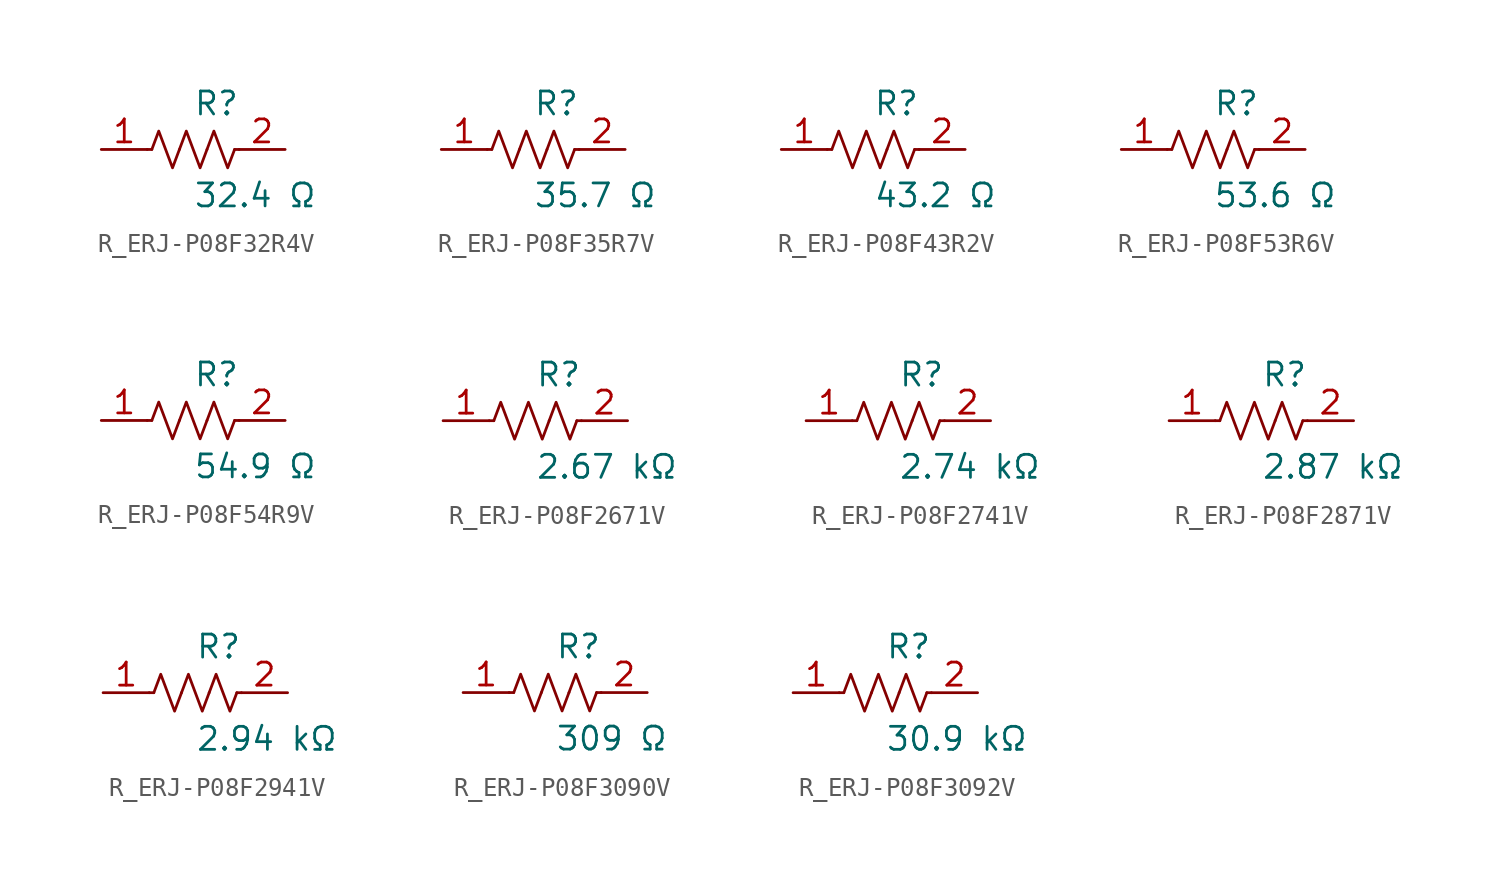
<source format=kicad_sym>
(kicad_symbol_lib
  (version 20231120)
  (generator kicad_symbol_editor)
  (generator_version 8.0)
  (symbol "R_ERJ-P08F32R4V"
    (pin_names
      (offset 0.254))
    (property "Reference" "R"
      (at 0.0 2.54 0)
      (effects (font (size 1.27 1.27)) (justify left)))
    (property "Value" "32.4 Ω"
      (at 0.0 -2.54 0)
      (effects (font (size 1.27 1.27)) (justify left)))
    (symbol "R_ERJ-P08F32R4V_0_1"
      (polyline (pts (xy 2.286 0) (xy 2.54 0)) (stroke (width 0) (type default)) (fill (type none)))
      (polyline (pts (xy -2.286 0) (xy -2.54 0)) (stroke (width 0) (type default)) (fill (type none)))
      (polyline (pts (xy 0.762 0) (xy 1.143 1.016) (xy 1.524 0) (xy 1.905 -1.016) (xy 2.286 0)) (stroke (width 0) (type default)) (fill (type none)))
      (polyline (pts (xy -0.762 0) (xy -0.381 1.016) (xy 0 0) (xy 0.381 -1.016) (xy 0.762 0)) (stroke (width 0) (type default)) (fill (type none)))
      (polyline (pts (xy -2.286 0) (xy -1.905 1.016) (xy -1.524 0) (xy -1.143 -1.016) (xy -0.762 0)) (stroke (width 0) (type default)) (fill (type none))))
    (pin unspecified line
      (at -5.08 0 0)
      (length 2.54)
      (name "" (effects (font (size 1.27 1.27))))
      (number "1" (effects (font (size 1.27 1.27)))))
    (pin unspecified line
      (at 5.08 0 180)
      (length 2.54)
      (name "" (effects (font (size 1.27 1.27))))
      (number "2" (effects (font (size 1.27 1.27))))))
  (symbol "R_ERJ-P08F35R7V"
    (pin_names
      (offset 0.254))
    (property "Reference" "R"
      (at 0.0 2.54 0)
      (effects (font (size 1.27 1.27)) (justify left)))
    (property "Value" "35.7 Ω"
      (at 0.0 -2.54 0)
      (effects (font (size 1.27 1.27)) (justify left)))
    (symbol "R_ERJ-P08F35R7V_0_1"
      (polyline (pts (xy 2.286 0) (xy 2.54 0)) (stroke (width 0) (type default)) (fill (type none)))
      (polyline (pts (xy -2.286 0) (xy -2.54 0)) (stroke (width 0) (type default)) (fill (type none)))
      (polyline (pts (xy 0.762 0) (xy 1.143 1.016) (xy 1.524 0) (xy 1.905 -1.016) (xy 2.286 0)) (stroke (width 0) (type default)) (fill (type none)))
      (polyline (pts (xy -0.762 0) (xy -0.381 1.016) (xy 0 0) (xy 0.381 -1.016) (xy 0.762 0)) (stroke (width 0) (type default)) (fill (type none)))
      (polyline (pts (xy -2.286 0) (xy -1.905 1.016) (xy -1.524 0) (xy -1.143 -1.016) (xy -0.762 0)) (stroke (width 0) (type default)) (fill (type none))))
    (pin unspecified line
      (at -5.08 0 0)
      (length 2.54)
      (name "" (effects (font (size 1.27 1.27))))
      (number "1" (effects (font (size 1.27 1.27)))))
    (pin unspecified line
      (at 5.08 0 180)
      (length 2.54)
      (name "" (effects (font (size 1.27 1.27))))
      (number "2" (effects (font (size 1.27 1.27))))))
  (symbol "R_ERJ-P08F43R2V"
    (pin_names
      (offset 0.254))
    (property "Reference" "R"
      (at 0.0 2.54 0)
      (effects (font (size 1.27 1.27)) (justify left)))
    (property "Value" "43.2 Ω"
      (at 0.0 -2.54 0)
      (effects (font (size 1.27 1.27)) (justify left)))
    (symbol "R_ERJ-P08F43R2V_0_1"
      (polyline (pts (xy 2.286 0) (xy 2.54 0)) (stroke (width 0) (type default)) (fill (type none)))
      (polyline (pts (xy -2.286 0) (xy -2.54 0)) (stroke (width 0) (type default)) (fill (type none)))
      (polyline (pts (xy 0.762 0) (xy 1.143 1.016) (xy 1.524 0) (xy 1.905 -1.016) (xy 2.286 0)) (stroke (width 0) (type default)) (fill (type none)))
      (polyline (pts (xy -0.762 0) (xy -0.381 1.016) (xy 0 0) (xy 0.381 -1.016) (xy 0.762 0)) (stroke (width 0) (type default)) (fill (type none)))
      (polyline (pts (xy -2.286 0) (xy -1.905 1.016) (xy -1.524 0) (xy -1.143 -1.016) (xy -0.762 0)) (stroke (width 0) (type default)) (fill (type none))))
    (pin unspecified line
      (at -5.08 0 0)
      (length 2.54)
      (name "" (effects (font (size 1.27 1.27))))
      (number "1" (effects (font (size 1.27 1.27)))))
    (pin unspecified line
      (at 5.08 0 180)
      (length 2.54)
      (name "" (effects (font (size 1.27 1.27))))
      (number "2" (effects (font (size 1.27 1.27))))))
  (symbol "R_ERJ-P08F53R6V"
    (pin_names
      (offset 0.254))
    (property "Reference" "R"
      (at 0.0 2.54 0)
      (effects (font (size 1.27 1.27)) (justify left)))
    (property "Value" "53.6 Ω"
      (at 0.0 -2.54 0)
      (effects (font (size 1.27 1.27)) (justify left)))
    (symbol "R_ERJ-P08F53R6V_0_1"
      (polyline (pts (xy 2.286 0) (xy 2.54 0)) (stroke (width 0) (type default)) (fill (type none)))
      (polyline (pts (xy -2.286 0) (xy -2.54 0)) (stroke (width 0) (type default)) (fill (type none)))
      (polyline (pts (xy 0.762 0) (xy 1.143 1.016) (xy 1.524 0) (xy 1.905 -1.016) (xy 2.286 0)) (stroke (width 0) (type default)) (fill (type none)))
      (polyline (pts (xy -0.762 0) (xy -0.381 1.016) (xy 0 0) (xy 0.381 -1.016) (xy 0.762 0)) (stroke (width 0) (type default)) (fill (type none)))
      (polyline (pts (xy -2.286 0) (xy -1.905 1.016) (xy -1.524 0) (xy -1.143 -1.016) (xy -0.762 0)) (stroke (width 0) (type default)) (fill (type none))))
    (pin unspecified line
      (at -5.08 0 0)
      (length 2.54)
      (name "" (effects (font (size 1.27 1.27))))
      (number "1" (effects (font (size 1.27 1.27)))))
    (pin unspecified line
      (at 5.08 0 180)
      (length 2.54)
      (name "" (effects (font (size 1.27 1.27))))
      (number "2" (effects (font (size 1.27 1.27))))))
  (symbol "R_ERJ-P08F54R9V"
    (pin_names
      (offset 0.254))
    (property "Reference" "R"
      (at 0.0 2.54 0)
      (effects (font (size 1.27 1.27)) (justify left)))
    (property "Value" "54.9 Ω"
      (at 0.0 -2.54 0)
      (effects (font (size 1.27 1.27)) (justify left)))
    (symbol "R_ERJ-P08F54R9V_0_1"
      (polyline (pts (xy 2.286 0) (xy 2.54 0)) (stroke (width 0) (type default)) (fill (type none)))
      (polyline (pts (xy -2.286 0) (xy -2.54 0)) (stroke (width 0) (type default)) (fill (type none)))
      (polyline (pts (xy 0.762 0) (xy 1.143 1.016) (xy 1.524 0) (xy 1.905 -1.016) (xy 2.286 0)) (stroke (width 0) (type default)) (fill (type none)))
      (polyline (pts (xy -0.762 0) (xy -0.381 1.016) (xy 0 0) (xy 0.381 -1.016) (xy 0.762 0)) (stroke (width 0) (type default)) (fill (type none)))
      (polyline (pts (xy -2.286 0) (xy -1.905 1.016) (xy -1.524 0) (xy -1.143 -1.016) (xy -0.762 0)) (stroke (width 0) (type default)) (fill (type none))))
    (pin unspecified line
      (at -5.08 0 0)
      (length 2.54)
      (name "" (effects (font (size 1.27 1.27))))
      (number "1" (effects (font (size 1.27 1.27)))))
    (pin unspecified line
      (at 5.08 0 180)
      (length 2.54)
      (name "" (effects (font (size 1.27 1.27))))
      (number "2" (effects (font (size 1.27 1.27))))))
  (symbol "R_ERJ-P08F2671V"
    (pin_names
      (offset 0.254))
    (property "Reference" "R"
      (at 0.0 2.54 0)
      (effects (font (size 1.27 1.27)) (justify left)))
    (property "Value" "2.67 kΩ"
      (at 0.0 -2.54 0)
      (effects (font (size 1.27 1.27)) (justify left)))
    (symbol "R_ERJ-P08F2671V_0_1"
      (polyline (pts (xy 2.286 0) (xy 2.54 0)) (stroke (width 0) (type default)) (fill (type none)))
      (polyline (pts (xy -2.286 0) (xy -2.54 0)) (stroke (width 0) (type default)) (fill (type none)))
      (polyline (pts (xy 0.762 0) (xy 1.143 1.016) (xy 1.524 0) (xy 1.905 -1.016) (xy 2.286 0)) (stroke (width 0) (type default)) (fill (type none)))
      (polyline (pts (xy -0.762 0) (xy -0.381 1.016) (xy 0 0) (xy 0.381 -1.016) (xy 0.762 0)) (stroke (width 0) (type default)) (fill (type none)))
      (polyline (pts (xy -2.286 0) (xy -1.905 1.016) (xy -1.524 0) (xy -1.143 -1.016) (xy -0.762 0)) (stroke (width 0) (type default)) (fill (type none))))
    (pin unspecified line
      (at -5.08 0 0)
      (length 2.54)
      (name "" (effects (font (size 1.27 1.27))))
      (number "1" (effects (font (size 1.27 1.27)))))
    (pin unspecified line
      (at 5.08 0 180)
      (length 2.54)
      (name "" (effects (font (size 1.27 1.27))))
      (number "2" (effects (font (size 1.27 1.27))))))
  (symbol "R_ERJ-P08F2741V"
    (pin_names
      (offset 0.254))
    (property "Reference" "R"
      (at 0.0 2.54 0)
      (effects (font (size 1.27 1.27)) (justify left)))
    (property "Value" "2.74 kΩ"
      (at 0.0 -2.54 0)
      (effects (font (size 1.27 1.27)) (justify left)))
    (symbol "R_ERJ-P08F2741V_0_1"
      (polyline (pts (xy 2.286 0) (xy 2.54 0)) (stroke (width 0) (type default)) (fill (type none)))
      (polyline (pts (xy -2.286 0) (xy -2.54 0)) (stroke (width 0) (type default)) (fill (type none)))
      (polyline (pts (xy 0.762 0) (xy 1.143 1.016) (xy 1.524 0) (xy 1.905 -1.016) (xy 2.286 0)) (stroke (width 0) (type default)) (fill (type none)))
      (polyline (pts (xy -0.762 0) (xy -0.381 1.016) (xy 0 0) (xy 0.381 -1.016) (xy 0.762 0)) (stroke (width 0) (type default)) (fill (type none)))
      (polyline (pts (xy -2.286 0) (xy -1.905 1.016) (xy -1.524 0) (xy -1.143 -1.016) (xy -0.762 0)) (stroke (width 0) (type default)) (fill (type none))))
    (pin unspecified line
      (at -5.08 0 0)
      (length 2.54)
      (name "" (effects (font (size 1.27 1.27))))
      (number "1" (effects (font (size 1.27 1.27)))))
    (pin unspecified line
      (at 5.08 0 180)
      (length 2.54)
      (name "" (effects (font (size 1.27 1.27))))
      (number "2" (effects (font (size 1.27 1.27))))))
  (symbol "R_ERJ-P08F2871V"
    (pin_names
      (offset 0.254))
    (property "Reference" "R"
      (at 0.0 2.54 0)
      (effects (font (size 1.27 1.27)) (justify left)))
    (property "Value" "2.87 kΩ"
      (at 0.0 -2.54 0)
      (effects (font (size 1.27 1.27)) (justify left)))
    (symbol "R_ERJ-P08F2871V_0_1"
      (polyline (pts (xy 2.286 0) (xy 2.54 0)) (stroke (width 0) (type default)) (fill (type none)))
      (polyline (pts (xy -2.286 0) (xy -2.54 0)) (stroke (width 0) (type default)) (fill (type none)))
      (polyline (pts (xy 0.762 0) (xy 1.143 1.016) (xy 1.524 0) (xy 1.905 -1.016) (xy 2.286 0)) (stroke (width 0) (type default)) (fill (type none)))
      (polyline (pts (xy -0.762 0) (xy -0.381 1.016) (xy 0 0) (xy 0.381 -1.016) (xy 0.762 0)) (stroke (width 0) (type default)) (fill (type none)))
      (polyline (pts (xy -2.286 0) (xy -1.905 1.016) (xy -1.524 0) (xy -1.143 -1.016) (xy -0.762 0)) (stroke (width 0) (type default)) (fill (type none))))
    (pin unspecified line
      (at -5.08 0 0)
      (length 2.54)
      (name "" (effects (font (size 1.27 1.27))))
      (number "1" (effects (font (size 1.27 1.27)))))
    (pin unspecified line
      (at 5.08 0 180)
      (length 2.54)
      (name "" (effects (font (size 1.27 1.27))))
      (number "2" (effects (font (size 1.27 1.27))))))
  (symbol "R_ERJ-P08F2941V"
    (pin_names
      (offset 0.254))
    (property "Reference" "R"
      (at 0.0 2.54 0)
      (effects (font (size 1.27 1.27)) (justify left)))
    (property "Value" "2.94 kΩ"
      (at 0.0 -2.54 0)
      (effects (font (size 1.27 1.27)) (justify left)))
    (symbol "R_ERJ-P08F2941V_0_1"
      (polyline (pts (xy 2.286 0) (xy 2.54 0)) (stroke (width 0) (type default)) (fill (type none)))
      (polyline (pts (xy -2.286 0) (xy -2.54 0)) (stroke (width 0) (type default)) (fill (type none)))
      (polyline (pts (xy 0.762 0) (xy 1.143 1.016) (xy 1.524 0) (xy 1.905 -1.016) (xy 2.286 0)) (stroke (width 0) (type default)) (fill (type none)))
      (polyline (pts (xy -0.762 0) (xy -0.381 1.016) (xy 0 0) (xy 0.381 -1.016) (xy 0.762 0)) (stroke (width 0) (type default)) (fill (type none)))
      (polyline (pts (xy -2.286 0) (xy -1.905 1.016) (xy -1.524 0) (xy -1.143 -1.016) (xy -0.762 0)) (stroke (width 0) (type default)) (fill (type none))))
    (pin unspecified line
      (at -5.08 0 0)
      (length 2.54)
      (name "" (effects (font (size 1.27 1.27))))
      (number "1" (effects (font (size 1.27 1.27)))))
    (pin unspecified line
      (at 5.08 0 180)
      (length 2.54)
      (name "" (effects (font (size 1.27 1.27))))
      (number "2" (effects (font (size 1.27 1.27))))))
  (symbol "R_ERJ-P08F3090V"
    (pin_names
      (offset 0.254))
    (property "Reference" "R"
      (at 0.0 2.54 0)
      (effects (font (size 1.27 1.27)) (justify left)))
    (property "Value" "309 Ω"
      (at 0.0 -2.54 0)
      (effects (font (size 1.27 1.27)) (justify left)))
    (symbol "R_ERJ-P08F3090V_0_1"
      (polyline (pts (xy 2.286 0) (xy 2.54 0)) (stroke (width 0) (type default)) (fill (type none)))
      (polyline (pts (xy -2.286 0) (xy -2.54 0)) (stroke (width 0) (type default)) (fill (type none)))
      (polyline (pts (xy 0.762 0) (xy 1.143 1.016) (xy 1.524 0) (xy 1.905 -1.016) (xy 2.286 0)) (stroke (width 0) (type default)) (fill (type none)))
      (polyline (pts (xy -0.762 0) (xy -0.381 1.016) (xy 0 0) (xy 0.381 -1.016) (xy 0.762 0)) (stroke (width 0) (type default)) (fill (type none)))
      (polyline (pts (xy -2.286 0) (xy -1.905 1.016) (xy -1.524 0) (xy -1.143 -1.016) (xy -0.762 0)) (stroke (width 0) (type default)) (fill (type none))))
    (pin unspecified line
      (at -5.08 0 0)
      (length 2.54)
      (name "" (effects (font (size 1.27 1.27))))
      (number "1" (effects (font (size 1.27 1.27)))))
    (pin unspecified line
      (at 5.08 0 180)
      (length 2.54)
      (name "" (effects (font (size 1.27 1.27))))
      (number "2" (effects (font (size 1.27 1.27))))))
  (symbol "R_ERJ-P08F3092V"
    (pin_names
      (offset 0.254))
    (property "Reference" "R"
      (at 0.0 2.54 0)
      (effects (font (size 1.27 1.27)) (justify left)))
    (property "Value" "30.9 kΩ"
      (at 0.0 -2.54 0)
      (effects (font (size 1.27 1.27)) (justify left)))
    (symbol "R_ERJ-P08F3092V_0_1"
      (polyline (pts (xy 2.286 0) (xy 2.54 0)) (stroke (width 0) (type default)) (fill (type none)))
      (polyline (pts (xy -2.286 0) (xy -2.54 0)) (stroke (width 0) (type default)) (fill (type none)))
      (polyline (pts (xy 0.762 0) (xy 1.143 1.016) (xy 1.524 0) (xy 1.905 -1.016) (xy 2.286 0)) (stroke (width 0) (type default)) (fill (type none)))
      (polyline (pts (xy -0.762 0) (xy -0.381 1.016) (xy 0 0) (xy 0.381 -1.016) (xy 0.762 0)) (stroke (width 0) (type default)) (fill (type none)))
      (polyline (pts (xy -2.286 0) (xy -1.905 1.016) (xy -1.524 0) (xy -1.143 -1.016) (xy -0.762 0)) (stroke (width 0) (type default)) (fill (type none))))
    (pin unspecified line
      (at -5.08 0 0)
      (length 2.54)
      (name "" (effects (font (size 1.27 1.27))))
      (number "1" (effects (font (size 1.27 1.27)))))
    (pin unspecified line
      (at 5.08 0 180)
      (length 2.54)
      (name "" (effects (font (size 1.27 1.27))))
      (number "2" (effects (font (size 1.27 1.27)))))))
</source>
